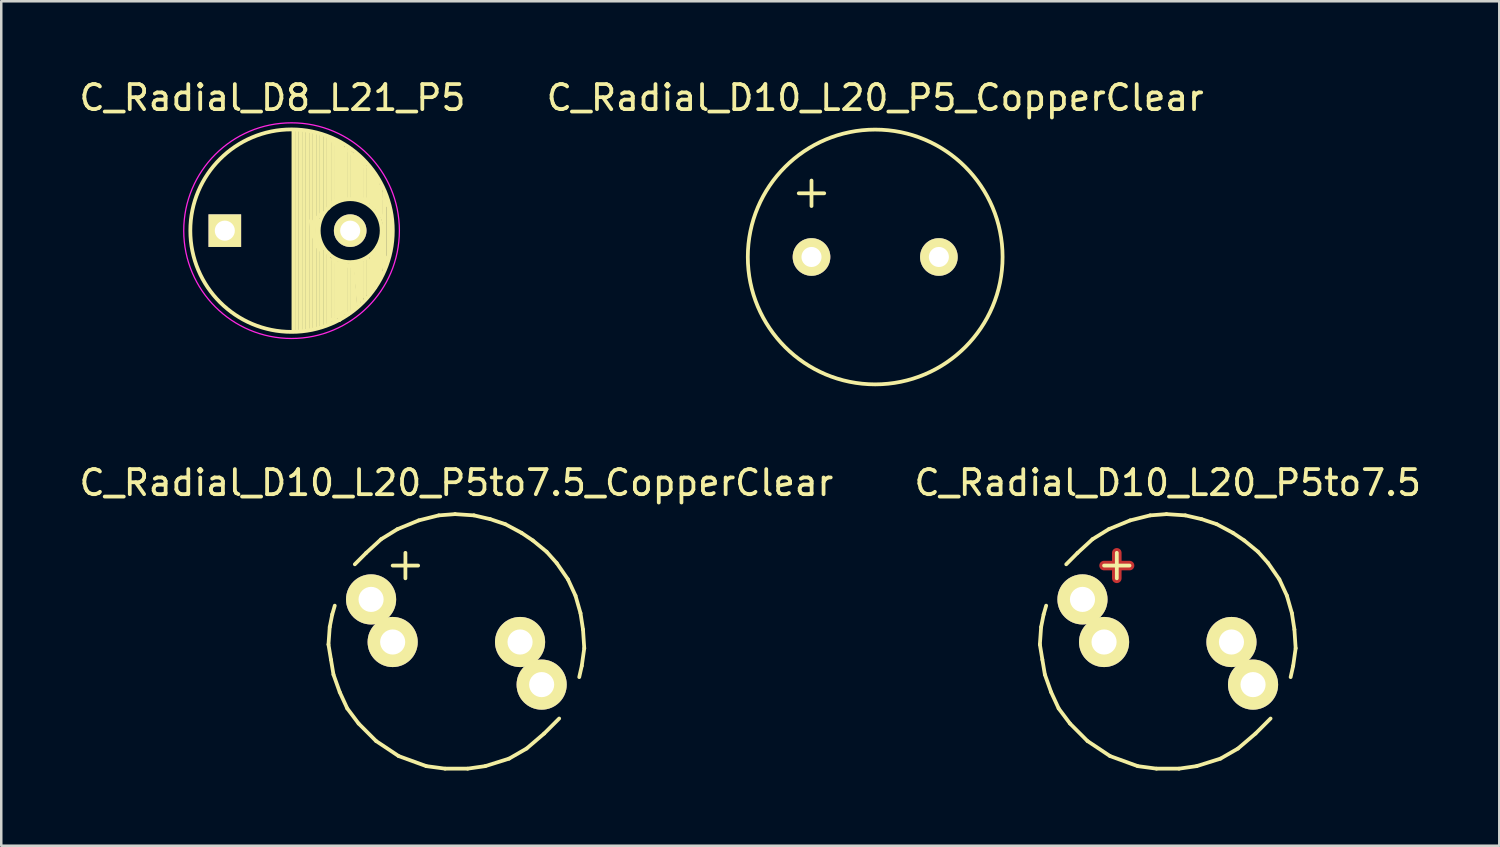
<source format=kicad_pcb>
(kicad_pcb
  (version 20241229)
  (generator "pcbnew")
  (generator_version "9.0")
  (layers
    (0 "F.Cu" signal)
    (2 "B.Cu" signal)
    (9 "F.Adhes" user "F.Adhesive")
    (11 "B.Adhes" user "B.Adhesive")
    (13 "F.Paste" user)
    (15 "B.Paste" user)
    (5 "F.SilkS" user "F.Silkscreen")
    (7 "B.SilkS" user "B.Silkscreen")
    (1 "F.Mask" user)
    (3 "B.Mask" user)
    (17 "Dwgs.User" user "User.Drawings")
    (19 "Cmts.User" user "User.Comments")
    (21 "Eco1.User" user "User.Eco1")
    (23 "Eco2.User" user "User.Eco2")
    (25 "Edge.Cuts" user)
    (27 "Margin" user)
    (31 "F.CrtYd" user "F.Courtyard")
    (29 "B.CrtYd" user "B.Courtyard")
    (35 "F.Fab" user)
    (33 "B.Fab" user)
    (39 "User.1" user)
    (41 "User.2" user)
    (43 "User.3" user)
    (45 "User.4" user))
  (footprint "C_Radial_D10_L20_P5_CopperClear"
    (layer "F.Cu")
    (at 29.311 7.198)
    (property "Reference" "C_Radial_D10_L20_P5_CopperClear" (at 2.54 -6.35 0) (layer "F.SilkS") (effects (font (size 1 1) (thickness 0.15))))
    (attr through_hole)
    (fp_line (start -0.508 -2.54) (end 0.508 -2.54) (stroke (width 0.15) (type solid)) (layer "F.SilkS"))
    (fp_line (start 0 -3.048) (end 0 -2.032) (stroke (width 0.15) (type solid)) (layer "F.SilkS"))
    (fp_circle (center 2.54 0) (end 7.62 0) (stroke (width 0.15) (type solid)) (fill no) (layer "F.SilkS"))
    (pad "1" thru_hole circle (at 0 0) (size 1.501 1.501) (drill 0.8) (layers "*.Cu" "*.Mask" "F.SilkS"))
    (pad "2" thru_hole circle (at 5.08 0) (size 1.501 1.501) (drill 0.8) (layers "*.Cu" "*.Mask" "F.SilkS")))
  (footprint "C_Radial_D8_L21_P5"
    (layer "F.Cu")
    (at 5.915 6.148)
    (property "Reference" "C_Radial_D8_L21_P5" (at 1.9 -5.3 0) (layer "F.SilkS") (effects (font (size 1 1) (thickness 0.15))))
    (attr through_hole)
    (fp_line (start 2.737 -3.999) (end 2.737 3.999) (stroke (width 0.15) (type solid)) (layer "F.SilkS"))
    (fp_line (start 2.877 -3.994) (end 2.877 3.994) (stroke (width 0.15) (type solid)) (layer "F.SilkS"))
    (fp_line (start 3.017 -3.984) (end 3.017 3.984) (stroke (width 0.15) (type solid)) (layer "F.SilkS"))
    (fp_line (start 3.157 -3.969) (end 3.157 3.969) (stroke (width 0.15) (type solid)) (layer "F.SilkS"))
    (fp_line (start 3.297 -3.949) (end 3.297 3.949) (stroke (width 0.15) (type solid)) (layer "F.SilkS"))
    (fp_line (start 3.429 -0.381) (end 3.556 -0.254) (stroke (width 0.15) (type solid)) (layer "F.SilkS"))
    (fp_line (start 3.437 -3.924) (end 3.437 3.924) (stroke (width 0.15) (type solid)) (layer "F.SilkS"))
    (fp_line (start 3.556 -0.254) (end 3.556 0.127) (stroke (width 0.15) (type solid)) (layer "F.SilkS"))
    (fp_line (start 3.556 -0.127) (end 3.556 0.254) (stroke (width 0.15) (type solid)) (layer "F.SilkS"))
    (fp_line (start 3.556 0.254) (end 3.429 -0.381) (stroke (width 0.15) (type solid)) (layer "F.SilkS"))
    (fp_line (start 3.577 -3.894) (end 3.577 -0.173) (stroke (width 0.15) (type solid)) (layer "F.SilkS"))
    (fp_line (start 3.577 0.173) (end 3.577 3.894) (stroke (width 0.15) (type solid)) (layer "F.SilkS"))
    (fp_line (start 3.683 -0.508) (end 3.683 0.381) (stroke (width 0.15) (type solid)) (layer "F.SilkS"))
    (fp_line (start 3.683 0.381) (end 3.683 0.635) (stroke (width 0.15) (type solid)) (layer "F.SilkS"))
    (fp_line (start 3.717 -3.858) (end 3.717 -0.535) (stroke (width 0.15) (type solid)) (layer "F.SilkS"))
    (fp_line (start 3.717 0.535) (end 3.717 3.858) (stroke (width 0.15) (type solid)) (layer "F.SilkS"))
    (fp_line (start 3.81 -0.635) (end 3.683 -0.508) (stroke (width 0.15) (type solid)) (layer "F.SilkS"))
    (fp_line (start 3.81 0.635) (end 3.81 0.508) (stroke (width 0.15) (type solid)) (layer "F.SilkS"))
    (fp_line (start 3.81 0.762) (end 3.683 0.508) (stroke (width 0.15) (type solid)) (layer "F.SilkS"))
    (fp_line (start 3.857 -3.817) (end 3.857 -0.709) (stroke (width 0.15) (type solid)) (layer "F.SilkS"))
    (fp_line (start 3.857 0.709) (end 3.857 3.817) (stroke (width 0.15) (type solid)) (layer "F.SilkS"))
    (fp_line (start 3.997 -3.771) (end 3.997 -0.825) (stroke (width 0.15) (type solid)) (layer "F.SilkS"))
    (fp_line (start 3.997 0.825) (end 3.997 3.771) (stroke (width 0.15) (type solid)) (layer "F.SilkS"))
    (fp_line (start 4.137 -3.718) (end 4.137 -0.905) (stroke (width 0.15) (type solid)) (layer "F.SilkS"))
    (fp_line (start 4.137 0.905) (end 4.137 3.718) (stroke (width 0.15) (type solid)) (layer "F.SilkS"))
    (fp_line (start 4.191 -3.683) (end 4.572 -3.429) (stroke (width 0.15) (type solid)) (layer "F.SilkS"))
    (fp_line (start 4.191 -1.016) (end 4.191 -3.683) (stroke (width 0.15) (type solid)) (layer "F.SilkS"))
    (fp_line (start 4.191 1.143) (end 4.191 3.683) (stroke (width 0.15) (type solid)) (layer "F.SilkS"))
    (fp_line (start 4.318 -3.556) (end 4.445 -3.429) (stroke (width 0.15) (type solid)) (layer "F.SilkS"))
    (fp_line (start 4.318 -1.143) (end 4.318 -3.556) (stroke (width 0.15) (type solid)) (layer "F.SilkS"))
    (fp_line (start 4.318 1.143) (end 4.445 1.27) (stroke (width 0.15) (type solid)) (layer "F.SilkS"))
    (fp_line (start 4.318 3.556) (end 4.318 1.143) (stroke (width 0.15) (type solid)) (layer "F.SilkS"))
    (fp_line (start 4.445 -3.429) (end 4.445 -1.27) (stroke (width 0.15) (type solid)) (layer "F.SilkS"))
    (fp_line (start 4.445 1.27) (end 4.445 3.429) (stroke (width 0.15) (type solid)) (layer "F.SilkS"))
    (fp_line (start 4.445 3.429) (end 4.572 3.429) (stroke (width 0.15) (type solid)) (layer "F.SilkS"))
    (fp_line (start 4.445 3.556) (end 4.191 3.556) (stroke (width 0.15) (type solid)) (layer "F.SilkS"))
    (fp_line (start 4.572 -3.429) (end 4.572 -1.27) (stroke (width 0.15) (type solid)) (layer "F.SilkS"))
    (fp_line (start 4.572 -1.27) (end 4.318 -1.143) (stroke (width 0.15) (type solid)) (layer "F.SilkS"))
    (fp_line (start 4.572 1.27) (end 4.572 3.556) (stroke (width 0.15) (type solid)) (layer "F.SilkS"))
    (fp_line (start 4.572 3.556) (end 4.699 3.429) (stroke (width 0.15) (type solid)) (layer "F.SilkS"))
    (fp_line (start 4.699 -3.429) (end 4.572 -3.429) (stroke (width 0.15) (type solid)) (layer "F.SilkS"))
    (fp_line (start 4.699 -1.27) (end 4.699 -3.429) (stroke (width 0.15) (type solid)) (layer "F.SilkS"))
    (fp_line (start 4.699 1.27) (end 4.826 1.27) (stroke (width 0.15) (type solid)) (layer "F.SilkS"))
    (fp_line (start 4.699 1.397) (end 4.699 1.27) (stroke (width 0.15) (type solid)) (layer "F.SilkS"))
    (fp_line (start 4.699 3.429) (end 4.699 1.397) (stroke (width 0.15) (type solid)) (layer "F.SilkS"))
    (fp_line (start 4.826 -3.302) (end 4.826 -1.27) (stroke (width 0.15) (type solid)) (layer "F.SilkS"))
    (fp_line (start 4.826 -1.27) (end 4.699 -1.27) (stroke (width 0.15) (type solid)) (layer "F.SilkS"))
    (fp_line (start 4.826 1.27) (end 4.826 3.302) (stroke (width 0.15) (type solid)) (layer "F.SilkS"))
    (fp_line (start 4.826 1.397) (end 5.08 1.397) (stroke (width 0.15) (type solid)) (layer "F.SilkS"))
    (fp_line (start 4.826 3.302) (end 4.953 3.302) (stroke (width 0.15) (type solid)) (layer "F.SilkS"))
    (fp_line (start 4.953 -3.175) (end 5.08 -3.048) (stroke (width 0.15) (type solid)) (layer "F.SilkS"))
    (fp_line (start 4.953 -1.27) (end 4.953 -3.302) (stroke (width 0.15) (type solid)) (layer "F.SilkS"))
    (fp_line (start 4.953 3.302) (end 4.953 1.397) (stroke (width 0.15) (type solid)) (layer "F.SilkS"))
    (fp_line (start 5.08 -3.048) (end 5.08 -1.27) (stroke (width 0.15) (type solid)) (layer "F.SilkS"))
    (fp_line (start 5.08 1.397) (end 4.826 1.397) (stroke (width 0.15) (type solid)) (layer "F.SilkS"))
    (fp_line (start 5.08 1.397) (end 5.08 3.175) (stroke (width 0.15) (type solid)) (layer "F.SilkS"))
    (fp_line (start 5.08 1.397) (end 5.334 1.27) (stroke (width 0.15) (type solid)) (layer "F.SilkS"))
    (fp_line (start 5.207 -1.27) (end 5.207 -3.048) (stroke (width 0.15) (type solid)) (layer "F.SilkS"))
    (fp_line (start 5.207 1.397) (end 5.334 2.921) (stroke (width 0.15) (type solid)) (layer "F.SilkS"))
    (fp_line (start 5.207 3.048) (end 5.08 1.27) (stroke (width 0.15) (type solid)) (layer "F.SilkS"))
    (fp_line (start 5.334 -2.921) (end 5.334 -1.27) (stroke (width 0.15) (type solid)) (layer "F.SilkS"))
    (fp_line (start 5.334 -2.921) (end 5.461 -2.794) (stroke (width 0.15) (type solid)) (layer "F.SilkS"))
    (fp_line (start 5.334 1.27) (end 5.334 2.921) (stroke (width 0.15) (type solid)) (layer "F.SilkS"))
    (fp_line (start 5.461 -2.794) (end 5.588 -2.667) (stroke (width 0.15) (type solid)) (layer "F.SilkS"))
    (fp_line (start 5.461 -1.27) (end 5.461 -2.794) (stroke (width 0.15) (type solid)) (layer "F.SilkS"))
    (fp_line (start 5.461 2.794) (end 5.461 1.27) (stroke (width 0.15) (type solid)) (layer "F.SilkS"))
    (fp_line (start 5.588 -2.667) (end 5.588 -2.54) (stroke (width 0.15) (type solid)) (layer "F.SilkS"))
    (fp_line (start 5.588 -1.27) (end 5.588 -2.54) (stroke (width 0.15) (type solid)) (layer "F.SilkS"))
    (fp_line (start 5.588 -1.27) (end 5.588 -1.143) (stroke (width 0.15) (type solid)) (layer "F.SilkS"))
    (fp_line (start 5.588 -1.27) (end 5.715 -1.143) (stroke (width 0.15) (type solid)) (layer "F.SilkS"))
    (fp_line (start 5.588 2.667) (end 5.588 1.143) (stroke (width 0.15) (type solid)) (layer "F.SilkS"))
    (fp_line (start 5.715 -1.143) (end 5.715 -2.54) (stroke (width 0.15) (type solid)) (layer "F.SilkS"))
    (fp_line (start 5.715 1.143) (end 5.715 2.54) (stroke (width 0.15) (type solid)) (layer "F.SilkS"))
    (fp_line (start 5.842 -2.286) (end 6.096 -1.905) (stroke (width 0.15) (type solid)) (layer "F.SilkS"))
    (fp_line (start 5.842 -1.016) (end 5.842 -2.413) (stroke (width 0.15) (type solid)) (layer "F.SilkS"))
    (fp_line (start 5.842 -1.016) (end 5.842 -2.286) (stroke (width 0.15) (type solid)) (layer "F.SilkS"))
    (fp_line (start 5.842 2.413) (end 5.842 1.016) (stroke (width 0.15) (type solid)) (layer "F.SilkS"))
    (fp_line (start 5.969 -2.032) (end 5.969 -0.889) (stroke (width 0.15) (type solid)) (layer "F.SilkS"))
    (fp_line (start 5.969 0.889) (end 5.969 2.159) (stroke (width 0.15) (type solid)) (layer "F.SilkS"))
    (fp_line (start 5.969 2.159) (end 5.969 2.286) (stroke (width 0.15) (type solid)) (layer "F.SilkS"))
    (fp_line (start 5.969 2.286) (end 6.096 0.762) (stroke (width 0.15) (type solid)) (layer "F.SilkS"))
    (fp_line (start 6.096 -1.778) (end 6.223 -1.778) (stroke (width 0.15) (type solid)) (layer "F.SilkS"))
    (fp_line (start 6.096 -1.778) (end 6.223 -1.651) (stroke (width 0.15) (type solid)) (layer "F.SilkS"))
    (fp_line (start 6.096 -0.635) (end 6.096 -1.905) (stroke (width 0.15) (type solid)) (layer "F.SilkS"))
    (fp_line (start 6.096 0.635) (end 6.223 0.889) (stroke (width 0.15) (type solid)) (layer "F.SilkS"))
    (fp_line (start 6.096 0.635) (end 6.35 0.254) (stroke (width 0.15) (type solid)) (layer "F.SilkS"))
    (fp_line (start 6.096 0.762) (end 6.096 0.635) (stroke (width 0.15) (type solid)) (layer "F.SilkS"))
    (fp_line (start 6.096 0.762) (end 6.096 2.032) (stroke (width 0.15) (type solid)) (layer "F.SilkS"))
    (fp_line (start 6.096 2.032) (end 6.223 1.651) (stroke (width 0.15) (type solid)) (layer "F.SilkS"))
    (fp_line (start 6.223 -0.635) (end 6.223 -1.651) (stroke (width 0.15) (type solid)) (layer "F.SilkS"))
    (fp_line (start 6.223 0.381) (end 6.35 1.524) (stroke (width 0.15) (type solid)) (layer "F.SilkS"))
    (fp_line (start 6.223 0.889) (end 6.477 1.143) (stroke (width 0.15) (type solid)) (layer "F.SilkS"))
    (fp_line (start 6.223 1.651) (end 6.223 0.508) (stroke (width 0.15) (type solid)) (layer "F.SilkS"))
    (fp_line (start 6.35 -1.524) (end 6.35 -0.381) (stroke (width 0.15) (type solid)) (layer "F.SilkS"))
    (fp_line (start 6.35 -0.381) (end 6.223 -0.635) (stroke (width 0.15) (type solid)) (layer "F.SilkS"))
    (fp_line (start 6.35 -0.381) (end 6.35 -0.254) (stroke (width 0.15) (type solid)) (layer "F.SilkS"))
    (fp_line (start 6.377 -1.483) (end 6.377 1.483) (stroke (width 0.15) (type solid)) (layer "F.SilkS"))
    (fp_line (start 6.477 -1.016) (end 6.35 -1.27) (stroke (width 0.15) (type solid)) (layer "F.SilkS"))
    (fp_line (start 6.517 -1.067) (end 6.517 1.067) (stroke (width 0.15) (type solid)) (layer "F.SilkS"))
    (fp_line (start 6.604 0.508) (end 6.604 -0.508) (stroke (width 0.15) (type solid)) (layer "F.SilkS"))
    (fp_line (start 6.657 -0.2) (end 6.657 0.2) (stroke (width 0.15) (type solid)) (layer "F.SilkS"))
    (fp_circle (center 2.662 0) (end 2.662 -4.037) (stroke (width 0.15) (type solid)) (fill no) (layer "F.SilkS"))
    (fp_circle (center 5 0) (end 4.943 -1.254) (stroke (width 0.15) (type solid)) (fill no) (layer "F.SilkS"))
    (fp_circle (center 2.662 0) (end 2.662 -4.3) (stroke (width 0.05) (type solid)) (fill no) (layer "F.CrtYd"))
    (pad "1" thru_hole rect (at 0 0) (size 1.3 1.3) (drill 0.8) (layers "*.Cu" "*.Mask" "F.SilkS"))
    (pad "2" thru_hole circle (at 5 0) (size 1.3 1.3) (drill 0.8) (layers "*.Cu" "*.Mask" "F.SilkS")))
  (footprint "C_Radial_D10_L20_P5to7.5"
    (layer "F.Cu")
    (at 43.518 22.552)
    (property "Reference" "C_Radial_D10_L20_P5to7.5" (at 0 -6.35 0) (layer "F.SilkS") (effects (font (size 1 1) (thickness 0.15))))
    (attr through_hole)
    (fp_line (start -2.54 -3.048) (end -1.524 -3.048) (stroke (width 0.381) (type solid)) (layer "F.Cu"))
    (fp_line (start -2.032 -3.556) (end -2.032 -2.54) (stroke (width 0.381) (type solid)) (layer "F.Cu"))
    (fp_line (start -5.1 0.099) (end -5.001 0.701) (stroke (width 0.15) (type solid)) (layer "F.SilkS"))
    (fp_line (start -5.05 -0.599) (end -5.1 0.099) (stroke (width 0.15) (type solid)) (layer "F.SilkS"))
    (fp_line (start -5.001 0.701) (end -4.9 1.3) (stroke (width 0.15) (type solid)) (layer "F.SilkS"))
    (fp_line (start -4.95 -1.1) (end -5.05 -0.599) (stroke (width 0.15) (type solid)) (layer "F.SilkS"))
    (fp_line (start -4.9 1.3) (end -4.651 1.999) (stroke (width 0.15) (type solid)) (layer "F.SilkS"))
    (fp_line (start -4.849 -1.45) (end -4.95 -1.1) (stroke (width 0.15) (type solid)) (layer "F.SilkS"))
    (fp_line (start -4.651 1.999) (end -4.351 2.649) (stroke (width 0.15) (type solid)) (layer "F.SilkS"))
    (fp_line (start -4.351 2.649) (end -3.899 3.251) (stroke (width 0.15) (type solid)) (layer "F.SilkS"))
    (fp_line (start -3.899 3.251) (end -3.2 3.95) (stroke (width 0.15) (type solid)) (layer "F.SilkS"))
    (fp_line (start -3.599 -3.551) (end -4.049 -3.099) (stroke (width 0.15) (type solid)) (layer "F.SilkS"))
    (fp_line (start -3.2 3.95) (end -2.301 4.549) (stroke (width 0.15) (type solid)) (layer "F.SilkS"))
    (fp_line (start -3 -4.1) (end -3.599 -3.551) (stroke (width 0.15) (type solid)) (layer "F.SilkS"))
    (fp_line (start -2.54 -3.048) (end -1.524 -3.048) (stroke (width 0.15) (type solid)) (layer "F.SilkS"))
    (fp_line (start -2.349 -4.501) (end -3 -4.1) (stroke (width 0.15) (type solid)) (layer "F.SilkS"))
    (fp_line (start -2.301 4.549) (end -1.199 4.95) (stroke (width 0.15) (type solid)) (layer "F.SilkS"))
    (fp_line (start -2.032 -3.556) (end -2.032 -2.54) (stroke (width 0.15) (type solid)) (layer "F.SilkS"))
    (fp_line (start -1.501 -4.849) (end -2.349 -4.501) (stroke (width 0.15) (type solid)) (layer "F.SilkS"))
    (fp_line (start -1.199 4.95) (end -0.45 5.05) (stroke (width 0.15) (type solid)) (layer "F.SilkS"))
    (fp_line (start -0.701 -5.05) (end -1.501 -4.849) (stroke (width 0.15) (type solid)) (layer "F.SilkS"))
    (fp_line (start -0.45 5.05) (end 0.45 5.05) (stroke (width 0.15) (type solid)) (layer "F.SilkS"))
    (fp_line (start -0.051 -5.1) (end -0.701 -5.05) (stroke (width 0.15) (type solid)) (layer "F.SilkS"))
    (fp_line (start 0.45 5.05) (end 1.151 4.95) (stroke (width 0.15) (type solid)) (layer "F.SilkS"))
    (fp_line (start 0.701 -5.05) (end -0.051 -5.1) (stroke (width 0.15) (type solid)) (layer "F.SilkS"))
    (fp_line (start 1.151 4.95) (end 2.101 4.651) (stroke (width 0.15) (type solid)) (layer "F.SilkS"))
    (fp_line (start 1.349 -4.9) (end 0.701 -5.05) (stroke (width 0.15) (type solid)) (layer "F.SilkS"))
    (fp_line (start 1.951 -4.699) (end 1.349 -4.9) (stroke (width 0.15) (type solid)) (layer "F.SilkS"))
    (fp_line (start 2.101 4.651) (end 2.799 4.249) (stroke (width 0.15) (type solid)) (layer "F.SilkS"))
    (fp_line (start 2.601 -4.351) (end 1.951 -4.699) (stroke (width 0.15) (type solid)) (layer "F.SilkS"))
    (fp_line (start 2.799 4.249) (end 3.5 3.65) (stroke (width 0.15) (type solid)) (layer "F.SilkS"))
    (fp_line (start 3.051 -4.049) (end 2.601 -4.351) (stroke (width 0.15) (type solid)) (layer "F.SilkS"))
    (fp_line (start 3.5 3.65) (end 4.1 3.051) (stroke (width 0.15) (type solid)) (layer "F.SilkS"))
    (fp_line (start 3.599 -3.599) (end 3.051 -4.049) (stroke (width 0.15) (type solid)) (layer "F.SilkS"))
    (fp_line (start 4 -3.15) (end 3.599 -3.599) (stroke (width 0.15) (type solid)) (layer "F.SilkS"))
    (fp_line (start 4.45 -2.499) (end 4 -3.15) (stroke (width 0.15) (type solid)) (layer "F.SilkS"))
    (fp_line (start 4.75 -1.849) (end 4.45 -2.499) (stroke (width 0.15) (type solid)) (layer "F.SilkS"))
    (fp_line (start 4.9 1.4) (end 5.001 0.95) (stroke (width 0.15) (type solid)) (layer "F.SilkS"))
    (fp_line (start 4.95 -1.151) (end 4.75 -1.849) (stroke (width 0.15) (type solid)) (layer "F.SilkS"))
    (fp_line (start 5.001 0.95) (end 5.1 0.249) (stroke (width 0.15) (type solid)) (layer "F.SilkS"))
    (fp_line (start 5.05 -0.5) (end 4.95 -1.151) (stroke (width 0.15) (type solid)) (layer "F.SilkS"))
    (fp_line (start 5.1 0.249) (end 5.05 -0.5) (stroke (width 0.15) (type solid)) (layer "F.SilkS"))
    (pad "1" thru_hole circle (at -3.401 -1.699) (size 1.999 1.999) (drill 1.001) (layers "*.Cu" "*.Mask" "F.SilkS"))
    (pad "1" thru_hole circle (at -2.54 0) (size 1.999 1.999) (drill 1.001) (layers "*.Cu" "*.Mask" "F.SilkS"))
    (pad "2" thru_hole circle (at 2.54 0) (size 1.999 1.999) (drill 1.001) (layers "*.Cu" "*.Mask" "F.SilkS"))
    (pad "2" thru_hole circle (at 3.401 1.699) (size 1.999 1.999) (drill 1.001) (layers "*.Cu" "*.Mask" "F.SilkS")))
  (footprint "C_Radial_D10_L20_P5to7.5_CopperClear"
    (layer "F.Cu")
    (at 15.149 22.552)
    (property "Reference" "C_Radial_D10_L20_P5to7.5_CopperClear" (at 0 -6.35 0) (layer "F.SilkS") (effects (font (size 1 1) (thickness 0.15))))
    (attr through_hole)
    (fp_line (start -5.1 0.099) (end -5.001 0.701) (stroke (width 0.15) (type solid)) (layer "F.SilkS"))
    (fp_line (start -5.05 -0.599) (end -5.1 0.099) (stroke (width 0.15) (type solid)) (layer "F.SilkS"))
    (fp_line (start -5.001 0.701) (end -4.9 1.3) (stroke (width 0.15) (type solid)) (layer "F.SilkS"))
    (fp_line (start -4.95 -1.1) (end -5.05 -0.599) (stroke (width 0.15) (type solid)) (layer "F.SilkS"))
    (fp_line (start -4.9 1.3) (end -4.651 1.999) (stroke (width 0.15) (type solid)) (layer "F.SilkS"))
    (fp_line (start -4.849 -1.45) (end -4.95 -1.1) (stroke (width 0.15) (type solid)) (layer "F.SilkS"))
    (fp_line (start -4.651 1.999) (end -4.351 2.649) (stroke (width 0.15) (type solid)) (layer "F.SilkS"))
    (fp_line (start -4.351 2.649) (end -3.899 3.251) (stroke (width 0.15) (type solid)) (layer "F.SilkS"))
    (fp_line (start -3.899 3.251) (end -3.2 3.95) (stroke (width 0.15) (type solid)) (layer "F.SilkS"))
    (fp_line (start -3.599 -3.551) (end -4.049 -3.099) (stroke (width 0.15) (type solid)) (layer "F.SilkS"))
    (fp_line (start -3.2 3.95) (end -2.301 4.549) (stroke (width 0.15) (type solid)) (layer "F.SilkS"))
    (fp_line (start -3 -4.1) (end -3.599 -3.551) (stroke (width 0.15) (type solid)) (layer "F.SilkS"))
    (fp_line (start -2.54 -3.048) (end -1.524 -3.048) (stroke (width 0.15) (type solid)) (layer "F.SilkS"))
    (fp_line (start -2.349 -4.501) (end -3 -4.1) (stroke (width 0.15) (type solid)) (layer "F.SilkS"))
    (fp_line (start -2.301 4.549) (end -1.199 4.95) (stroke (width 0.15) (type solid)) (layer "F.SilkS"))
    (fp_line (start -2.032 -3.556) (end -2.032 -2.54) (stroke (width 0.15) (type solid)) (layer "F.SilkS"))
    (fp_line (start -1.501 -4.849) (end -2.349 -4.501) (stroke (width 0.15) (type solid)) (layer "F.SilkS"))
    (fp_line (start -1.199 4.95) (end -0.45 5.05) (stroke (width 0.15) (type solid)) (layer "F.SilkS"))
    (fp_line (start -0.701 -5.05) (end -1.501 -4.849) (stroke (width 0.15) (type solid)) (layer "F.SilkS"))
    (fp_line (start -0.45 5.05) (end 0.45 5.05) (stroke (width 0.15) (type solid)) (layer "F.SilkS"))
    (fp_line (start -0.051 -5.1) (end -0.701 -5.05) (stroke (width 0.15) (type solid)) (layer "F.SilkS"))
    (fp_line (start 0.45 5.05) (end 1.151 4.95) (stroke (width 0.15) (type solid)) (layer "F.SilkS"))
    (fp_line (start 0.701 -5.05) (end -0.051 -5.1) (stroke (width 0.15) (type solid)) (layer "F.SilkS"))
    (fp_line (start 1.151 4.95) (end 2.101 4.651) (stroke (width 0.15) (type solid)) (layer "F.SilkS"))
    (fp_line (start 1.349 -4.9) (end 0.701 -5.05) (stroke (width 0.15) (type solid)) (layer "F.SilkS"))
    (fp_line (start 1.951 -4.699) (end 1.349 -4.9) (stroke (width 0.15) (type solid)) (layer "F.SilkS"))
    (fp_line (start 2.101 4.651) (end 2.799 4.249) (stroke (width 0.15) (type solid)) (layer "F.SilkS"))
    (fp_line (start 2.601 -4.351) (end 1.951 -4.699) (stroke (width 0.15) (type solid)) (layer "F.SilkS"))
    (fp_line (start 2.799 4.249) (end 3.5 3.65) (stroke (width 0.15) (type solid)) (layer "F.SilkS"))
    (fp_line (start 3.051 -4.049) (end 2.601 -4.351) (stroke (width 0.15) (type solid)) (layer "F.SilkS"))
    (fp_line (start 3.5 3.65) (end 4.1 3.051) (stroke (width 0.15) (type solid)) (layer "F.SilkS"))
    (fp_line (start 3.599 -3.599) (end 3.051 -4.049) (stroke (width 0.15) (type solid)) (layer "F.SilkS"))
    (fp_line (start 4 -3.15) (end 3.599 -3.599) (stroke (width 0.15) (type solid)) (layer "F.SilkS"))
    (fp_line (start 4.45 -2.499) (end 4 -3.15) (stroke (width 0.15) (type solid)) (layer "F.SilkS"))
    (fp_line (start 4.75 -1.849) (end 4.45 -2.499) (stroke (width 0.15) (type solid)) (layer "F.SilkS"))
    (fp_line (start 4.9 1.4) (end 5.001 0.95) (stroke (width 0.15) (type solid)) (layer "F.SilkS"))
    (fp_line (start 4.95 -1.151) (end 4.75 -1.849) (stroke (width 0.15) (type solid)) (layer "F.SilkS"))
    (fp_line (start 5.001 0.95) (end 5.1 0.249) (stroke (width 0.15) (type solid)) (layer "F.SilkS"))
    (fp_line (start 5.05 -0.5) (end 4.95 -1.151) (stroke (width 0.15) (type solid)) (layer "F.SilkS"))
    (fp_line (start 5.1 0.249) (end 5.05 -0.5) (stroke (width 0.15) (type solid)) (layer "F.SilkS"))
    (pad "1" thru_hole circle (at -3.401 -1.699) (size 1.999 1.999) (drill 1.001) (layers "*.Cu" "*.Mask" "F.SilkS"))
    (pad "1" thru_hole circle (at -2.54 0) (size 1.999 1.999) (drill 1.001) (layers "*.Cu" "*.Mask" "F.SilkS"))
    (pad "2" thru_hole circle (at 2.54 0) (size 1.999 1.999) (drill 1.001) (layers "*.Cu" "*.Mask" "F.SilkS"))
    (pad "2" thru_hole circle (at 3.401 1.699) (size 1.999 1.999) (drill 1.001) (layers "*.Cu" "*.Mask" "F.SilkS")))
  (gr_rect
    (start -3 -3)
    (end 56.738 30.676)
    (stroke (width 0.1) (type default))
    (fill no)
    (layer "Edge.Cuts")))
</source>
